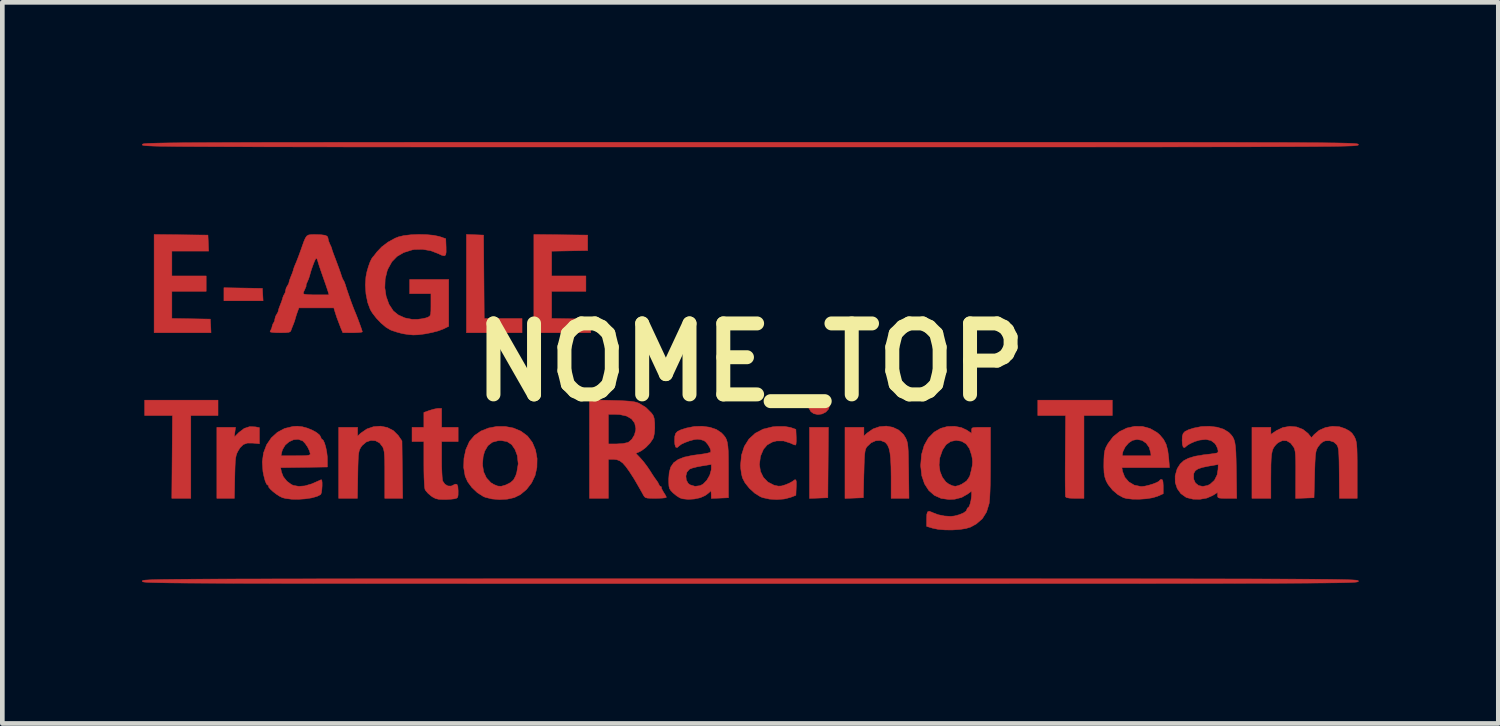
<source format=kicad_pcb>
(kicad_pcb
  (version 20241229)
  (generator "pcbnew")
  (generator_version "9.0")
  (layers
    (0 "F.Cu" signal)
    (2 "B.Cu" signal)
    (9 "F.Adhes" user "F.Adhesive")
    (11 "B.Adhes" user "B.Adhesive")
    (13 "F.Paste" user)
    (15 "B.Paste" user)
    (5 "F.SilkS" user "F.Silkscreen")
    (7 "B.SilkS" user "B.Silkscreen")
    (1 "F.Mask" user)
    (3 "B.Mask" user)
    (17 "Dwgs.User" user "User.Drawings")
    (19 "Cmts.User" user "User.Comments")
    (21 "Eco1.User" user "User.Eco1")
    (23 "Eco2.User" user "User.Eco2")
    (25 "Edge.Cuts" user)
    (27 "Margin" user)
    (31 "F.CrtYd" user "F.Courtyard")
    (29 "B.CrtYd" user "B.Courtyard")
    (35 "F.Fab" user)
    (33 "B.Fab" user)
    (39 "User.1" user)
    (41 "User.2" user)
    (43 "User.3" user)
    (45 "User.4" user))
  (footprint "NOME_TOP"
    (layer "F.Cu")
    (at 13.061 4.729)
    (property "Reference" "NOME_TOP" (at 0 0 0) (layer "F.SilkS") (effects (font (size 1.524 1.524) (thickness 0.3))))
    (attr through_hole)
    (fp_poly (pts (xy -10.89 -1.594) (xy -10.477 -1.587) (xy -10.462 -1.321) (xy -11.303 -1.321) (xy -11.303 -1.601) (xy -10.89 -1.594)) (stroke (width 0.01) (type solid)) (fill yes) (layer "F.Cu"))
    (fp_poly (pts (xy 1.67 2.153) (xy 1.664 2.908) (xy 1.27 2.923) (xy 1.27 1.397) (xy 1.677 1.397) (xy 1.67 2.153)) (stroke (width 0.01) (type solid)) (fill yes) (layer "F.Cu"))
    (fp_poly (pts (xy -5.728 -2.731) (xy -5.721 -1.835) (xy -5.714 -0.94) (xy -4.902 -0.94) (xy -4.902 -0.635) (xy -6.096 -0.635) (xy -6.096 -2.745) (xy -5.728 -2.731)) (stroke (width 0.01) (type solid)) (fill yes) (layer "F.Cu"))
    (fp_poly (pts (xy -11.43 1.143) (xy -12.014 1.143) (xy -12.014 2.921) (xy -12.422 2.921) (xy -12.415 2.032) (xy -12.408 1.143) (xy -12.706 1.143) (xy -13.005 1.143) (xy -13.005 0.813) (xy -11.43 0.813) (xy -11.43 1.143)) (stroke (width 0.01) (type solid)) (fill yes) (layer "F.Cu"))
    (fp_poly (pts (xy -3.493 -2.731) (xy -3.493 -2.4) (xy -3.88 -2.393) (xy -4.267 -2.386) (xy -4.267 -1.854) (xy -3.531 -1.854) (xy -3.531 -1.524) (xy -4.267 -1.524) (xy -4.267 -0.941) (xy -3.854 -0.934) (xy -3.442 -0.927) (xy -3.434 -0.781) (xy -3.426 -0.635) (xy -4.648 -0.635) (xy -4.648 -2.744) (xy -3.493 -2.731)) (stroke (width 0.01) (type solid)) (fill yes) (layer "F.Cu"))
    (fp_poly (pts (xy -11.646 -2.731) (xy -11.638 -2.559) (xy -11.631 -2.388) (xy -12.026 -2.388) (xy -12.421 -2.388) (xy -12.421 -1.854) (xy -11.684 -1.854) (xy -11.684 -1.524) (xy -12.421 -1.524) (xy -12.421 -0.941) (xy -12.008 -0.934) (xy -11.595 -0.927) (xy -11.587 -0.781) (xy -11.58 -0.635) (xy -12.802 -0.635) (xy -12.802 -2.744) (xy -11.646 -2.731)) (stroke (width 0.01) (type solid)) (fill yes) (layer "F.Cu"))
    (fp_poly (pts (xy 1.556 0.732) (xy 1.632 0.784) (xy 1.685 0.854) (xy 1.702 0.918) (xy 1.68 1.002) (xy 1.622 1.067) (xy 1.541 1.109) (xy 1.45 1.122) (xy 1.362 1.103) (xy 1.3 1.059) (xy 1.251 0.975) (xy 1.249 0.887) (xy 1.295 0.803) (xy 1.323 0.777) (xy 1.395 0.732) (xy 1.466 0.711) (xy 1.473 0.711) (xy 1.556 0.732)) (stroke (width 0.01) (type solid)) (fill yes) (layer "F.Cu"))
    (fp_poly (pts (xy 7.772 1.143) (xy 7.163 1.143) (xy 7.163 2.921) (xy 6.972 2.921) (xy 6.859 2.917) (xy 6.792 2.906) (xy 6.768 2.888) (xy 6.765 2.856) (xy 6.763 2.779) (xy 6.761 2.663) (xy 6.76 2.515) (xy 6.76 2.341) (xy 6.761 2.147) (xy 6.762 1.999) (xy 6.769 1.143) (xy 6.172 1.143) (xy 6.172 0.813) (xy 7.772 0.813) (xy 7.772 1.143)) (stroke (width 0.01) (type solid)) (fill yes) (layer "F.Cu"))
    (fp_poly (pts (xy -10.625 1.387) (xy -10.541 1.403) (xy -10.541 1.749) (xy -10.68 1.735) (xy -10.798 1.734) (xy -10.886 1.765) (xy -10.957 1.835) (xy -11.004 1.912) (xy -11.025 1.955) (xy -11.04 2) (xy -11.051 2.056) (xy -11.059 2.132) (xy -11.064 2.237) (xy -11.068 2.379) (xy -11.07 2.47) (xy -11.079 2.921) (xy -11.455 2.921) (xy -11.455 1.397) (xy -11.054 1.397) (xy -11.068 1.502) (xy -11.082 1.608) (xy -10.981 1.506) (xy -10.868 1.42) (xy -10.749 1.381) (xy -10.625 1.387)) (stroke (width 0.01) (type solid)) (fill yes) (layer "F.Cu"))
    (fp_poly (pts (xy -7.795 1.4) (xy -7.666 1.466) (xy -7.562 1.569) (xy -7.553 1.582) (xy -7.48 1.689) (xy -7.465 2.921) (xy -7.849 2.921) (xy -7.849 2.414) (xy -7.849 2.235) (xy -7.851 2.099) (xy -7.856 1.998) (xy -7.862 1.925) (xy -7.873 1.873) (xy -7.887 1.832) (xy -7.893 1.819) (xy -7.961 1.731) (xy -8.049 1.684) (xy -8.147 1.677) (xy -8.245 1.71) (xy -8.332 1.783) (xy -8.364 1.827) (xy -8.383 1.861) (xy -8.398 1.899) (xy -8.408 1.947) (xy -8.416 2.013) (xy -8.421 2.106) (xy -8.425 2.233) (xy -8.428 2.402) (xy -8.428 2.419) (xy -8.437 2.921) (xy -8.839 2.921) (xy -8.839 1.397) (xy -8.433 1.397) (xy -8.433 1.584) (xy -8.363 1.52) (xy -8.233 1.431) (xy -8.089 1.382) (xy -7.939 1.371) (xy -7.795 1.4)) (stroke (width 0.01) (type solid)) (fill yes) (layer "F.Cu"))
    (fp_poly (pts (xy 3.059 1.395) (xy 3.185 1.455) (xy 3.287 1.549) (xy 3.333 1.623) (xy 3.352 1.663) (xy 3.366 1.705) (xy 3.377 1.754) (xy 3.384 1.819) (xy 3.39 1.907) (xy 3.394 2.025) (xy 3.396 2.181) (xy 3.399 2.33) (xy 3.406 2.921) (xy 3.023 2.921) (xy 3.023 2.456) (xy 3.02 2.242) (xy 3.012 2.073) (xy 2.998 1.943) (xy 2.976 1.846) (xy 2.945 1.776) (xy 2.904 1.727) (xy 2.887 1.714) (xy 2.795 1.678) (xy 2.692 1.684) (xy 2.592 1.729) (xy 2.507 1.809) (xy 2.504 1.812) (xy 2.486 1.84) (xy 2.472 1.873) (xy 2.462 1.92) (xy 2.454 1.987) (xy 2.448 2.082) (xy 2.443 2.213) (xy 2.439 2.386) (xy 2.438 2.396) (xy 2.426 2.908) (xy 2.032 2.923) (xy 2.032 1.397) (xy 2.438 1.397) (xy 2.438 1.584) (xy 2.508 1.519) (xy 2.634 1.431) (xy 2.774 1.382) (xy 2.919 1.37) (xy 3.059 1.395)) (stroke (width 0.01) (type solid)) (fill yes) (layer "F.Cu"))
    (fp_poly (pts (xy -6.629 0.991) (xy -6.629 1.397) (xy -6.274 1.397) (xy -6.274 1.702) (xy -6.629 1.702) (xy -6.629 2.094) (xy -6.628 2.235) (xy -6.623 2.363) (xy -6.617 2.466) (xy -6.609 2.534) (xy -6.605 2.551) (xy -6.559 2.617) (xy -6.494 2.655) (xy -6.425 2.658) (xy -6.399 2.647) (xy -6.337 2.616) (xy -6.299 2.622) (xy -6.28 2.668) (xy -6.274 2.76) (xy -6.274 2.765) (xy -6.275 2.849) (xy -6.283 2.895) (xy -6.305 2.917) (xy -6.346 2.929) (xy -6.353 2.931) (xy -6.422 2.939) (xy -6.518 2.945) (xy -6.591 2.946) (xy -6.688 2.942) (xy -6.758 2.926) (xy -6.824 2.891) (xy -6.855 2.869) (xy -6.922 2.812) (xy -6.972 2.753) (xy -6.986 2.728) (xy -6.994 2.683) (xy -7 2.596) (xy -7.006 2.477) (xy -7.009 2.335) (xy -7.01 2.183) (xy -7.01 1.702) (xy -7.264 1.702) (xy -7.264 1.397) (xy -7.01 1.397) (xy -7.01 1.077) (xy -6.89 1.034) (xy -6.804 1.008) (xy -6.725 0.992) (xy -6.699 0.99) (xy -6.629 0.991)) (stroke (width 0.01) (type solid)) (fill yes) (layer "F.Cu"))
    (fp_poly (pts (xy 0.738 1.378) (xy 0.862 1.399) (xy 0.876 1.404) (xy 0.978 1.44) (xy 0.985 1.609) (xy 0.986 1.694) (xy 0.981 1.755) (xy 0.97 1.778) (xy 0.97 1.778) (xy 0.934 1.768) (xy 0.875 1.742) (xy 0.866 1.737) (xy 0.715 1.688) (xy 0.563 1.688) (xy 0.47 1.713) (xy 0.362 1.774) (xy 0.282 1.867) (xy 0.225 2) (xy 0.215 2.036) (xy 0.195 2.195) (xy 0.217 2.342) (xy 0.279 2.47) (xy 0.376 2.571) (xy 0.504 2.637) (xy 0.522 2.642) (xy 0.601 2.659) (xy 0.666 2.656) (xy 0.746 2.632) (xy 0.756 2.629) (xy 0.835 2.596) (xy 0.898 2.562) (xy 0.916 2.549) (xy 0.954 2.522) (xy 0.977 2.525) (xy 0.987 2.564) (xy 0.987 2.646) (xy 0.985 2.685) (xy 0.978 2.856) (xy 0.864 2.9) (xy 0.726 2.935) (xy 0.568 2.947) (xy 0.408 2.937) (xy 0.266 2.906) (xy 0.216 2.886) (xy 0.094 2.81) (xy -0.02 2.706) (xy -0.114 2.588) (xy -0.169 2.483) (xy -0.19 2.397) (xy -0.205 2.289) (xy -0.21 2.21) (xy -0.19 1.994) (xy -0.129 1.805) (xy -0.03 1.648) (xy 0.106 1.523) (xy 0.275 1.435) (xy 0.475 1.386) (xy 0.569 1.378) (xy 0.738 1.378)) (stroke (width 0.01) (type solid)) (fill yes) (layer "F.Cu"))
    (fp_poly (pts (xy -5.088 1.411) (xy -4.926 1.479) (xy -4.786 1.583) (xy -4.784 1.585) (xy -4.681 1.72) (xy -4.612 1.884) (xy -4.579 2.067) (xy -4.583 2.257) (xy -4.622 2.431) (xy -4.697 2.589) (xy -4.805 2.729) (xy -4.936 2.839) (xy -5.068 2.905) (xy -5.217 2.938) (xy -5.384 2.948) (xy -5.549 2.934) (xy -5.693 2.898) (xy -5.733 2.881) (xy -5.862 2.799) (xy -5.978 2.689) (xy -6.07 2.565) (xy -6.123 2.446) (xy -6.155 2.258) (xy -6.153 2.196) (xy -5.751 2.196) (xy -5.727 2.352) (xy -5.666 2.483) (xy -5.571 2.585) (xy -5.507 2.624) (xy -5.422 2.658) (xy -5.348 2.662) (xy -5.261 2.637) (xy -5.239 2.628) (xy -5.145 2.58) (xy -5.083 2.522) (xy -5.039 2.439) (xy -5.015 2.365) (xy -4.984 2.18) (xy -5.004 2.001) (xy -5.052 1.873) (xy -5.125 1.766) (xy -5.224 1.702) (xy -5.351 1.68) (xy -5.415 1.683) (xy -5.54 1.716) (xy -5.636 1.791) (xy -5.704 1.908) (xy -5.737 2.025) (xy -5.751 2.196) (xy -6.153 2.196) (xy -6.149 2.062) (xy -6.108 1.872) (xy -6.034 1.706) (xy -6.029 1.697) (xy -5.922 1.571) (xy -5.783 1.475) (xy -5.621 1.411) (xy -5.445 1.378) (xy -5.264 1.378) (xy -5.088 1.411)) (stroke (width 0.01) (type solid)) (fill yes) (layer "F.Cu"))
    (fp_poly (pts (xy 8.419 1.377) (xy 8.581 1.421) (xy 8.73 1.506) (xy 8.793 1.561) (xy 8.872 1.655) (xy 8.927 1.76) (xy 8.962 1.889) (xy 8.983 2.054) (xy 8.984 2.064) (xy 8.999 2.261) (xy 7.977 2.261) (xy 7.992 2.343) (xy 8.04 2.468) (xy 8.126 2.568) (xy 8.242 2.637) (xy 8.38 2.666) (xy 8.404 2.667) (xy 8.473 2.659) (xy 8.558 2.639) (xy 8.646 2.612) (xy 8.723 2.582) (xy 8.774 2.554) (xy 8.788 2.536) (xy 8.809 2.517) (xy 8.826 2.515) (xy 8.849 2.526) (xy 8.86 2.567) (xy 8.865 2.648) (xy 8.865 2.668) (xy 8.865 2.822) (xy 8.744 2.876) (xy 8.639 2.908) (xy 8.503 2.93) (xy 8.354 2.94) (xy 8.207 2.939) (xy 8.08 2.925) (xy 8.012 2.907) (xy 7.893 2.842) (xy 7.778 2.744) (xy 7.684 2.627) (xy 7.641 2.55) (xy 7.612 2.466) (xy 7.595 2.372) (xy 7.59 2.251) (xy 7.59 2.212) (xy 7.592 2.074) (xy 7.596 2.007) (xy 7.983 2.007) (xy 8.604 2.007) (xy 8.597 1.946) (xy 8.564 1.828) (xy 8.498 1.736) (xy 8.409 1.676) (xy 8.305 1.656) (xy 8.205 1.676) (xy 8.122 1.732) (xy 8.049 1.817) (xy 8.002 1.912) (xy 7.996 1.937) (xy 7.983 2.007) (xy 7.596 2.007) (xy 7.598 1.974) (xy 7.61 1.898) (xy 7.632 1.834) (xy 7.666 1.768) (xy 7.68 1.744) (xy 7.791 1.597) (xy 7.929 1.486) (xy 8.085 1.411) (xy 8.251 1.375) (xy 8.419 1.377)) (stroke (width 0.01) (type solid)) (fill yes) (layer "F.Cu"))
    (fp_poly (pts (xy -6.954 -2.741) (xy -6.802 -2.727) (xy -6.681 -2.702) (xy -6.668 -2.698) (xy -6.54 -2.654) (xy -6.533 -2.47) (xy -6.532 -2.365) (xy -6.542 -2.306) (xy -6.572 -2.286) (xy -6.627 -2.299) (xy -6.701 -2.334) (xy -6.863 -2.396) (xy -7.04 -2.426) (xy -7.21 -2.422) (xy -7.26 -2.414) (xy -7.442 -2.357) (xy -7.585 -2.274) (xy -7.696 -2.16) (xy -7.78 -2.008) (xy -7.798 -1.964) (xy -7.841 -1.787) (xy -7.848 -1.6) (xy -7.82 -1.415) (xy -7.759 -1.245) (xy -7.667 -1.105) (xy -7.667 -1.104) (xy -7.558 -1.016) (xy -7.418 -0.953) (xy -7.261 -0.922) (xy -7.15 -0.922) (xy -7.054 -0.934) (xy -6.969 -0.952) (xy -6.928 -0.966) (xy -6.895 -0.983) (xy -6.875 -1.005) (xy -6.864 -1.043) (xy -6.859 -1.107) (xy -6.858 -1.208) (xy -6.858 -1.236) (xy -6.858 -1.473) (xy -7.315 -1.473) (xy -7.315 -1.778) (xy -6.477 -1.778) (xy -6.477 -0.772) (xy -6.596 -0.714) (xy -6.7 -0.675) (xy -6.837 -0.639) (xy -6.986 -0.61) (xy -7.131 -0.591) (xy -7.239 -0.587) (xy -7.333 -0.595) (xy -7.442 -0.611) (xy -7.493 -0.622) (xy -7.593 -0.649) (xy -7.691 -0.681) (xy -7.731 -0.697) (xy -7.825 -0.754) (xy -7.929 -0.842) (xy -8.03 -0.948) (xy -8.116 -1.059) (xy -8.16 -1.132) (xy -8.217 -1.286) (xy -8.253 -1.468) (xy -8.266 -1.661) (xy -8.254 -1.836) (xy -8.233 -1.943) (xy -8.201 -2.054) (xy -8.165 -2.155) (xy -8.128 -2.23) (xy -8.105 -2.261) (xy -8.081 -2.287) (xy -8.041 -2.339) (xy -8.021 -2.366) (xy -7.915 -2.478) (xy -7.778 -2.582) (xy -7.626 -2.665) (xy -7.555 -2.693) (xy -7.438 -2.721) (xy -7.288 -2.738) (xy -7.122 -2.745) (xy -6.954 -2.741)) (stroke (width 0.01) (type solid)) (fill yes) (layer "F.Cu"))
    (fp_poly (pts (xy 12.649 1.384) (xy 12.764 1.422) (xy 12.857 1.471) (xy 12.917 1.521) (xy 12.962 1.585) (xy 12.986 1.633) (xy 13 1.67) (xy 13.011 1.716) (xy 13.019 1.777) (xy 13.025 1.861) (xy 13.028 1.974) (xy 13.03 2.124) (xy 13.03 2.317) (xy 13.03 2.325) (xy 13.03 2.921) (xy 12.649 2.921) (xy 12.645 2.47) (xy 12.643 2.275) (xy 12.641 2.123) (xy 12.637 2.009) (xy 12.633 1.926) (xy 12.626 1.866) (xy 12.617 1.825) (xy 12.605 1.794) (xy 12.589 1.767) (xy 12.588 1.766) (xy 12.526 1.711) (xy 12.438 1.683) (xy 12.345 1.686) (xy 12.296 1.705) (xy 12.241 1.751) (xy 12.188 1.817) (xy 12.181 1.829) (xy 12.162 1.865) (xy 12.148 1.907) (xy 12.138 1.963) (xy 12.13 2.041) (xy 12.124 2.149) (xy 12.119 2.294) (xy 12.116 2.413) (xy 12.103 2.908) (xy 11.708 2.923) (xy 11.71 2.416) (xy 11.711 2.234) (xy 11.709 2.095) (xy 11.705 1.993) (xy 11.698 1.92) (xy 11.687 1.869) (xy 11.673 1.832) (xy 11.673 1.832) (xy 11.602 1.736) (xy 11.517 1.685) (xy 11.425 1.681) (xy 11.333 1.725) (xy 11.291 1.763) (xy 11.254 1.806) (xy 11.226 1.851) (xy 11.206 1.906) (xy 11.192 1.979) (xy 11.183 2.077) (xy 11.178 2.206) (xy 11.177 2.375) (xy 11.176 2.483) (xy 11.176 2.921) (xy 10.77 2.921) (xy 10.77 1.397) (xy 11.176 1.397) (xy 11.176 1.548) (xy 11.295 1.467) (xy 11.433 1.401) (xy 11.582 1.375) (xy 11.729 1.388) (xy 11.864 1.44) (xy 11.975 1.528) (xy 11.991 1.548) (xy 12.048 1.619) (xy 12.105 1.552) (xy 12.212 1.461) (xy 12.348 1.401) (xy 12.498 1.374) (xy 12.649 1.384)) (stroke (width 0.01) (type solid)) (fill yes) (layer "F.Cu"))
    (fp_poly (pts (xy -9.624 1.383) (xy -9.513 1.413) (xy -9.405 1.457) (xy -9.313 1.509) (xy -9.248 1.563) (xy -9.22 1.614) (xy -9.22 1.619) (xy -9.207 1.649) (xy -9.198 1.651) (xy -9.171 1.674) (xy -9.142 1.736) (xy -9.116 1.824) (xy -9.095 1.927) (xy -9.083 2.031) (xy -9.082 2.07) (xy -9.081 2.248) (xy -10.086 2.262) (xy -10.068 2.355) (xy -10.027 2.459) (xy -9.95 2.554) (xy -9.854 2.625) (xy -9.811 2.644) (xy -9.696 2.664) (xy -9.567 2.654) (xy -9.416 2.61) (xy -9.237 2.531) (xy -9.214 2.52) (xy -9.201 2.534) (xy -9.195 2.584) (xy -9.195 2.654) (xy -9.2 2.729) (xy -9.209 2.795) (xy -9.223 2.835) (xy -9.227 2.839) (xy -9.304 2.879) (xy -9.418 2.911) (xy -9.556 2.932) (xy -9.704 2.942) (xy -9.848 2.94) (xy -9.976 2.924) (xy -10.047 2.906) (xy -10.11 2.875) (xy -10.182 2.828) (xy -10.251 2.774) (xy -10.308 2.721) (xy -10.343 2.679) (xy -10.345 2.657) (xy -10.348 2.642) (xy -10.356 2.642) (xy -10.387 2.617) (xy -10.418 2.545) (xy -10.448 2.43) (xy -10.465 2.344) (xy -10.479 2.137) (xy -10.461 2.007) (xy -10.078 2.007) (xy -9.764 2.007) (xy -9.63 2.006) (xy -9.54 2.003) (xy -9.485 1.996) (xy -9.457 1.985) (xy -9.449 1.969) (xy -9.449 1.967) (xy -9.465 1.903) (xy -9.505 1.821) (xy -9.557 1.744) (xy -9.61 1.689) (xy -9.615 1.686) (xy -9.707 1.654) (xy -9.807 1.662) (xy -9.904 1.706) (xy -9.987 1.778) (xy -10.045 1.874) (xy -10.059 1.92) (xy -10.078 2.007) (xy -10.461 2.007) (xy -10.452 1.944) (xy -10.386 1.77) (xy -10.285 1.622) (xy -10.155 1.503) (xy -9.998 1.42) (xy -9.818 1.377) (xy -9.728 1.372) (xy -9.624 1.383)) (stroke (width 0.01) (type solid)) (fill yes) (layer "F.Cu"))
    (fp_poly (pts (xy -2.978 0.818) (xy -2.803 0.823) (xy -2.67 0.83) (xy -2.571 0.837) (xy -2.497 0.848) (xy -2.44 0.861) (xy -2.392 0.88) (xy -2.387 0.882) (xy -2.244 0.969) (xy -2.122 1.091) (xy -2.089 1.136) (xy -2.066 1.201) (xy -2.054 1.298) (xy -2.052 1.411) (xy -2.06 1.521) (xy -2.078 1.611) (xy -2.091 1.642) (xy -2.156 1.737) (xy -2.245 1.829) (xy -2.34 1.9) (xy -2.379 1.92) (xy -2.459 1.954) (xy -2.353 2.065) (xy -2.284 2.146) (xy -2.208 2.248) (xy -2.148 2.338) (xy -2.095 2.422) (xy -2.048 2.491) (xy -2.018 2.532) (xy -2.016 2.534) (xy -1.982 2.585) (xy -1.968 2.616) (xy -1.944 2.657) (xy -1.924 2.667) (xy -1.908 2.677) (xy -1.911 2.682) (xy -1.907 2.71) (xy -1.88 2.762) (xy -1.865 2.787) (xy -1.827 2.847) (xy -1.805 2.891) (xy -1.803 2.899) (xy -1.827 2.909) (xy -1.89 2.916) (xy -1.981 2.92) (xy -2.031 2.921) (xy -2.14 2.92) (xy -2.209 2.916) (xy -2.251 2.905) (xy -2.275 2.885) (xy -2.291 2.861) (xy -2.334 2.783) (xy -2.386 2.692) (xy -2.437 2.603) (xy -2.479 2.531) (xy -2.502 2.492) (xy -2.597 2.345) (xy -2.674 2.238) (xy -2.74 2.163) (xy -2.802 2.117) (xy -2.865 2.092) (xy -2.936 2.083) (xy -2.958 2.083) (xy -3.048 2.083) (xy -3.048 2.921) (xy -3.454 2.921) (xy -3.454 1.118) (xy -3.048 1.118) (xy -3.048 1.753) (xy -2.869 1.753) (xy -2.738 1.745) (xy -2.638 1.724) (xy -2.613 1.713) (xy -2.544 1.653) (xy -2.489 1.561) (xy -2.461 1.458) (xy -2.459 1.418) (xy -2.484 1.304) (xy -2.551 1.216) (xy -2.658 1.154) (xy -2.803 1.122) (xy -2.896 1.118) (xy -3.048 1.118) (xy -3.454 1.118) (xy -3.454 0.806) (xy -2.978 0.818)) (stroke (width 0.01) (type solid)) (fill yes) (layer "F.Cu"))
    (fp_poly (pts (xy 10.02 1.393) (xy 10.16 1.436) (xy 10.268 1.502) (xy 10.278 1.511) (xy 10.323 1.557) (xy 10.358 1.603) (xy 10.384 1.656) (xy 10.403 1.723) (xy 10.416 1.812) (xy 10.425 1.928) (xy 10.43 2.08) (xy 10.434 2.273) (xy 10.435 2.33) (xy 10.443 2.921) (xy 10.238 2.921) (xy 10.137 2.92) (xy 10.076 2.916) (xy 10.045 2.905) (xy 10.034 2.885) (xy 10.033 2.857) (xy 10.033 2.793) (xy 9.925 2.861) (xy 9.802 2.915) (xy 9.656 2.941) (xy 9.507 2.939) (xy 9.375 2.907) (xy 9.357 2.9) (xy 9.245 2.821) (xy 9.166 2.711) (xy 9.123 2.581) (xy 9.122 2.507) (xy 9.518 2.507) (xy 9.556 2.591) (xy 9.624 2.646) (xy 9.714 2.665) (xy 9.818 2.645) (xy 9.873 2.617) (xy 9.965 2.533) (xy 10.023 2.416) (xy 10.042 2.3) (xy 10.046 2.194) (xy 9.842 2.229) (xy 9.706 2.257) (xy 9.613 2.288) (xy 9.555 2.327) (xy 9.525 2.377) (xy 9.519 2.399) (xy 9.518 2.507) (xy 9.122 2.507) (xy 9.121 2.439) (xy 9.161 2.297) (xy 9.171 2.275) (xy 9.229 2.184) (xy 9.306 2.112) (xy 9.409 2.059) (xy 9.545 2.018) (xy 9.721 1.988) (xy 9.786 1.98) (xy 9.889 1.968) (xy 9.973 1.956) (xy 10.024 1.946) (xy 10.033 1.943) (xy 10.045 1.909) (xy 10.032 1.849) (xy 10 1.78) (xy 9.973 1.741) (xy 9.892 1.68) (xy 9.782 1.656) (xy 9.648 1.67) (xy 9.546 1.7) (xy 9.464 1.736) (xy 9.399 1.771) (xy 9.372 1.792) (xy 9.326 1.831) (xy 9.294 1.821) (xy 9.276 1.762) (xy 9.271 1.677) (xy 9.275 1.589) (xy 9.293 1.528) (xy 9.334 1.484) (xy 9.406 1.449) (xy 9.519 1.413) (xy 9.523 1.412) (xy 9.689 1.379) (xy 9.858 1.374) (xy 10.02 1.393)) (stroke (width 0.01) (type solid)) (fill yes) (layer "F.Cu"))
    (fp_poly (pts (xy -0.87 1.395) (xy -0.73 1.442) (xy -0.623 1.513) (xy -0.619 1.517) (xy -0.573 1.565) (xy -0.538 1.61) (xy -0.512 1.66) (xy -0.494 1.723) (xy -0.482 1.805) (xy -0.474 1.913) (xy -0.471 2.055) (xy -0.47 2.238) (xy -0.47 2.324) (xy -0.47 2.908) (xy -0.654 2.916) (xy -0.838 2.923) (xy -0.84 2.827) (xy -0.844 2.774) (xy -0.852 2.758) (xy -0.855 2.764) (xy -0.884 2.796) (xy -0.94 2.84) (xy -0.974 2.863) (xy -1.076 2.908) (xy -1.203 2.935) (xy -1.335 2.943) (xy -1.453 2.931) (xy -1.511 2.912) (xy -1.578 2.871) (xy -1.651 2.812) (xy -1.67 2.794) (xy -1.711 2.75) (xy -1.736 2.71) (xy -1.748 2.658) (xy -1.752 2.58) (xy -1.753 2.511) (xy -1.748 2.441) (xy -1.384 2.441) (xy -1.375 2.528) (xy -1.335 2.6) (xy -1.299 2.629) (xy -1.188 2.663) (xy -1.078 2.649) (xy -1.013 2.614) (xy -0.934 2.533) (xy -0.872 2.425) (xy -0.84 2.312) (xy -0.838 2.279) (xy -0.838 2.193) (xy -1.044 2.226) (xy -1.149 2.246) (xy -1.24 2.269) (xy -1.3 2.292) (xy -1.308 2.296) (xy -1.362 2.358) (xy -1.384 2.441) (xy -1.748 2.441) (xy -1.742 2.365) (xy -1.709 2.248) (xy -1.647 2.157) (xy -1.552 2.088) (xy -1.419 2.036) (xy -1.244 1.999) (xy -1.103 1.98) (xy -1 1.966) (xy -0.916 1.95) (xy -0.864 1.936) (xy -0.854 1.931) (xy -0.849 1.894) (xy -0.87 1.835) (xy -0.908 1.77) (xy -0.955 1.713) (xy -0.993 1.683) (xy -1.064 1.66) (xy -1.136 1.651) (xy -1.211 1.661) (xy -1.305 1.686) (xy -1.4 1.721) (xy -1.48 1.758) (xy -1.525 1.792) (xy -1.571 1.831) (xy -1.603 1.821) (xy -1.621 1.762) (xy -1.626 1.677) (xy -1.622 1.589) (xy -1.604 1.528) (xy -1.563 1.484) (xy -1.49 1.449) (xy -1.377 1.413) (xy -1.373 1.412) (xy -1.203 1.378) (xy -1.031 1.373) (xy -0.87 1.395)) (stroke (width 0.01) (type solid)) (fill yes) (layer "F.Cu"))
    (fp_poly (pts (xy 4.532 1.402) (xy 4.645 1.455) (xy 4.75 1.525) (xy 4.75 1.461) (xy 4.752 1.429) (xy 4.765 1.41) (xy 4.8 1.401) (xy 4.867 1.397) (xy 4.953 1.397) (xy 5.156 1.397) (xy 5.156 2.142) (xy 5.155 2.39) (xy 5.152 2.605) (xy 5.146 2.785) (xy 5.139 2.923) (xy 5.13 3.017) (xy 5.126 3.037) (xy 5.071 3.215) (xy 4.981 3.358) (xy 4.851 3.471) (xy 4.727 3.539) (xy 4.627 3.569) (xy 4.492 3.59) (xy 4.338 3.6) (xy 4.181 3.599) (xy 4.036 3.587) (xy 3.918 3.563) (xy 3.785 3.523) (xy 3.785 3.362) (xy 3.789 3.264) (xy 3.805 3.212) (xy 3.84 3.198) (xy 3.897 3.219) (xy 3.918 3.229) (xy 4.031 3.272) (xy 4.167 3.3) (xy 4.301 3.308) (xy 4.375 3.301) (xy 4.487 3.272) (xy 4.577 3.234) (xy 4.633 3.193) (xy 4.648 3.162) (xy 4.661 3.128) (xy 4.672 3.124) (xy 4.695 3.101) (xy 4.718 3.043) (xy 4.737 2.965) (xy 4.748 2.882) (xy 4.75 2.85) (xy 4.75 2.766) (xy 4.667 2.827) (xy 4.538 2.901) (xy 4.391 2.939) (xy 4.27 2.946) (xy 4.098 2.923) (xy 3.951 2.857) (xy 3.831 2.751) (xy 3.74 2.61) (xy 3.681 2.436) (xy 3.658 2.232) (xy 3.658 2.205) (xy 4.053 2.205) (xy 4.073 2.345) (xy 4.123 2.47) (xy 4.198 2.569) (xy 4.259 2.614) (xy 4.339 2.651) (xy 4.401 2.662) (xy 4.468 2.647) (xy 4.538 2.618) (xy 4.644 2.547) (xy 4.708 2.452) (xy 4.716 2.426) (xy 4.748 2.303) (xy 4.766 2.213) (xy 4.771 2.139) (xy 4.765 2.066) (xy 4.752 1.998) (xy 4.705 1.854) (xy 4.632 1.752) (xy 4.533 1.694) (xy 4.418 1.676) (xy 4.3 1.7) (xy 4.202 1.769) (xy 4.126 1.884) (xy 4.07 2.043) (xy 4.066 2.063) (xy 4.053 2.205) (xy 3.658 2.205) (xy 3.658 2.204) (xy 3.676 1.98) (xy 3.732 1.786) (xy 3.822 1.625) (xy 3.947 1.499) (xy 4.085 1.419) (xy 4.229 1.379) (xy 4.384 1.374) (xy 4.532 1.402)) (stroke (width 0.01) (type solid)) (fill yes) (layer "F.Cu"))
    (fp_poly (pts (xy -9.221 -2.739) (xy -9.135 -2.728) (xy -9.087 -2.707) (xy -9.069 -2.674) (xy -9.068 -2.663) (xy -9.056 -2.606) (xy -9.029 -2.539) (xy -9.002 -2.482) (xy -8.988 -2.446) (xy -8.988 -2.445) (xy -8.985 -2.43) (xy -8.979 -2.409) (xy -8.966 -2.372) (xy -8.944 -2.311) (xy -8.908 -2.217) (xy -8.877 -2.134) (xy -8.837 -2.027) (xy -8.804 -1.934) (xy -8.782 -1.867) (xy -8.775 -1.845) (xy -8.754 -1.789) (xy -8.741 -1.769) (xy -8.718 -1.726) (xy -8.694 -1.66) (xy -8.692 -1.651) (xy -8.665 -1.567) (xy -8.627 -1.456) (xy -8.585 -1.335) (xy -8.543 -1.221) (xy -8.508 -1.131) (xy -8.497 -1.105) (xy -8.469 -1.037) (xy -8.434 -0.949) (xy -8.399 -0.854) (xy -8.366 -0.764) (xy -8.342 -0.694) (xy -8.331 -0.656) (xy -8.331 -0.654) (xy -8.355 -0.645) (xy -8.417 -0.639) (xy -8.506 -0.635) (xy -8.541 -0.635) (xy -8.75 -0.636) (xy -8.791 -0.731) (xy -8.879 -0.962) (xy -8.919 -1.086) (xy -8.943 -1.168) (xy -9.693 -1.168) (xy -9.728 -1.073) (xy -9.752 -1.002) (xy -9.768 -0.948) (xy -9.77 -0.941) (xy -9.783 -0.894) (xy -9.808 -0.826) (xy -9.813 -0.814) (xy -9.842 -0.742) (xy -9.863 -0.685) (xy -9.865 -0.679) (xy -9.879 -0.657) (xy -9.911 -0.644) (xy -9.971 -0.637) (xy -10.07 -0.635) (xy -10.096 -0.635) (xy -10.193 -0.637) (xy -10.268 -0.643) (xy -10.309 -0.652) (xy -10.312 -0.656) (xy -10.297 -0.693) (xy -10.295 -0.695) (xy -10.277 -0.732) (xy -10.269 -0.768) (xy -10.251 -0.825) (xy -10.235 -0.849) (xy -10.214 -0.893) (xy -10.21 -0.926) (xy -10.194 -0.988) (xy -10.172 -1.027) (xy -10.143 -1.077) (xy -10.135 -1.107) (xy -10.125 -1.148) (xy -10.101 -1.213) (xy -10.092 -1.235) (xy -10.063 -1.31) (xy -10.043 -1.373) (xy -10.041 -1.384) (xy -10.021 -1.438) (xy -10.007 -1.459) (xy -9.999 -1.474) (xy -9.601 -1.474) (xy -9.576 -1.462) (xy -9.505 -1.453) (xy -9.389 -1.448) (xy -9.324 -1.448) (xy -9.046 -1.448) (xy -9.067 -1.518) (xy -9.084 -1.57) (xy -9.113 -1.657) (xy -9.151 -1.765) (xy -9.182 -1.854) (xy -9.222 -1.968) (xy -9.256 -2.069) (xy -9.28 -2.145) (xy -9.289 -2.178) (xy -9.306 -2.223) (xy -9.321 -2.235) (xy -9.338 -2.213) (xy -9.364 -2.156) (xy -9.395 -2.076) (xy -9.426 -1.987) (xy -9.451 -1.903) (xy -9.463 -1.857) (xy -9.485 -1.79) (xy -9.514 -1.724) (xy -9.536 -1.674) (xy -9.539 -1.651) (xy -9.538 -1.651) (xy -9.538 -1.632) (xy -9.559 -1.584) (xy -9.562 -1.576) (xy -9.589 -1.517) (xy -9.601 -1.476) (xy -9.601 -1.474) (xy -9.999 -1.474) (xy -9.986 -1.503) (xy -9.981 -1.535) (xy -9.966 -1.597) (xy -9.943 -1.637) (xy -9.914 -1.687) (xy -9.906 -1.716) (xy -9.896 -1.757) (xy -9.873 -1.822) (xy -9.863 -1.845) (xy -9.835 -1.915) (xy -9.816 -1.97) (xy -9.814 -1.98) (xy -9.798 -2.033) (xy -9.784 -2.069) (xy -9.744 -2.163) (xy -9.694 -2.293) (xy -9.638 -2.447) (xy -9.628 -2.477) (xy -9.587 -2.592) (xy -9.554 -2.668) (xy -9.522 -2.713) (xy -9.482 -2.735) (xy -9.424 -2.742) (xy -9.349 -2.743) (xy -9.221 -2.739)) (stroke (width 0.01) (type solid)) (fill yes) (layer "F.Cu"))
    (fp_poly (pts (xy 1.895 -4.724) (xy 2.769 -4.724) (xy 3.597 -4.724) (xy 4.379 -4.724) (xy 5.117 -4.724) (xy 5.811 -4.724) (xy 6.464 -4.724) (xy 7.077 -4.724) (xy 7.65 -4.724) (xy 8.185 -4.723) (xy 8.684 -4.723) (xy 9.148 -4.723) (xy 9.577 -4.722) (xy 9.974 -4.722) (xy 10.339 -4.721) (xy 10.675 -4.72) (xy 10.981 -4.719) (xy 11.26 -4.719) (xy 11.513 -4.718) (xy 11.741 -4.717) (xy 11.945 -4.715) (xy 12.127 -4.714) (xy 12.288 -4.713) (xy 12.429 -4.711) (xy 12.552 -4.71) (xy 12.657 -4.708) (xy 12.747 -4.706) (xy 12.822 -4.704) (xy 12.884 -4.702) (xy 12.934 -4.699) (xy 12.973 -4.697) (xy 13.003 -4.694) (xy 13.024 -4.691) (xy 13.039 -4.688) (xy 13.048 -4.685) (xy 13.053 -4.682) (xy 13.055 -4.678) (xy 13.056 -4.674) (xy 13.056 -4.674) (xy 13.055 -4.67) (xy 13.054 -4.666) (xy 13.049 -4.663) (xy 13.041 -4.66) (xy 13.028 -4.657) (xy 13.008 -4.654) (xy 12.98 -4.651) (xy 12.943 -4.648) (xy 12.896 -4.646) (xy 12.837 -4.644) (xy 12.765 -4.642) (xy 12.678 -4.64) (xy 12.576 -4.638) (xy 12.457 -4.636) (xy 12.32 -4.635) (xy 12.164 -4.633) (xy 11.987 -4.632) (xy 11.787 -4.631) (xy 11.565 -4.63) (xy 11.318 -4.629) (xy 11.044 -4.628) (xy 10.744 -4.627) (xy 10.415 -4.626) (xy 10.056 -4.626) (xy 9.666 -4.625) (xy 9.244 -4.625) (xy 8.788 -4.624) (xy 8.297 -4.624) (xy 7.769 -4.624) (xy 7.204 -4.623) (xy 6.601 -4.623) (xy 5.957 -4.623) (xy 5.271 -4.623) (xy 4.543 -4.623) (xy 3.771 -4.623) (xy 2.953 -4.623) (xy 2.089 -4.623) (xy 1.177 -4.623) (xy 0.216 -4.623) (xy 0 -4.623) (xy -0.972 -4.623) (xy -1.895 -4.623) (xy -2.769 -4.623) (xy -3.597 -4.623) (xy -4.379 -4.623) (xy -5.117 -4.623) (xy -5.811 -4.623) (xy -6.464 -4.623) (xy -7.077 -4.623) (xy -7.65 -4.624) (xy -8.185 -4.624) (xy -8.684 -4.624) (xy -9.148 -4.625) (xy -9.577 -4.625) (xy -9.974 -4.626) (xy -10.339 -4.626) (xy -10.675 -4.627) (xy -10.981 -4.628) (xy -11.26 -4.629) (xy -11.513 -4.63) (xy -11.741 -4.631) (xy -11.945 -4.632) (xy -12.127 -4.633) (xy -12.288 -4.634) (xy -12.429 -4.636) (xy -12.552 -4.638) (xy -12.657 -4.639) (xy -12.747 -4.641) (xy -12.822 -4.643) (xy -12.884 -4.646) (xy -12.934 -4.648) (xy -12.973 -4.65) (xy -13.003 -4.653) (xy -13.024 -4.656) (xy -13.039 -4.659) (xy -13.048 -4.662) (xy -13.053 -4.665) (xy -13.055 -4.669) (xy -13.056 -4.673) (xy -13.056 -4.674) (xy -13.055 -4.677) (xy -13.054 -4.681) (xy -13.049 -4.684) (xy -13.041 -4.688) (xy -13.028 -4.691) (xy -13.008 -4.694) (xy -12.98 -4.696) (xy -12.943 -4.699) (xy -12.896 -4.701) (xy -12.837 -4.703) (xy -12.765 -4.705) (xy -12.678 -4.707) (xy -12.576 -4.709) (xy -12.457 -4.711) (xy -12.32 -4.712) (xy -12.164 -4.714) (xy -11.987 -4.715) (xy -11.787 -4.716) (xy -11.565 -4.717) (xy -11.318 -4.718) (xy -11.044 -4.719) (xy -10.744 -4.72) (xy -10.415 -4.721) (xy -10.056 -4.721) (xy -9.666 -4.722) (xy -9.244 -4.722) (xy -8.788 -4.723) (xy -8.297 -4.723) (xy -7.769 -4.723) (xy -7.204 -4.724) (xy -6.601 -4.724) (xy -5.957 -4.724) (xy -5.271 -4.724) (xy -4.543 -4.724) (xy -3.771 -4.724) (xy -2.953 -4.724) (xy -2.089 -4.724) (xy -1.177 -4.724) (xy -0.216 -4.724) (xy 0.972 -4.724) (xy 1.895 -4.724)) (stroke (width 0.01) (type solid)) (fill yes) (layer "F.Cu"))
    (fp_poly (pts (xy 1.895 4.648) (xy 2.769 4.648) (xy 3.597 4.648) (xy 4.379 4.648) (xy 5.117 4.648) (xy 5.811 4.648) (xy 6.464 4.649) (xy 7.077 4.649) (xy 7.65 4.649) (xy 8.185 4.649) (xy 8.684 4.65) (xy 9.148 4.65) (xy 9.577 4.651) (xy 9.974 4.651) (xy 10.339 4.652) (xy 10.675 4.652) (xy 10.981 4.653) (xy 11.26 4.654) (xy 11.513 4.655) (xy 11.741 4.656) (xy 11.945 4.657) (xy 12.127 4.658) (xy 12.288 4.66) (xy 12.429 4.661) (xy 12.552 4.663) (xy 12.657 4.665) (xy 12.747 4.667) (xy 12.822 4.669) (xy 12.884 4.671) (xy 12.934 4.673) (xy 12.973 4.676) (xy 13.003 4.678) (xy 13.024 4.681) (xy 13.039 4.684) (xy 13.048 4.688) (xy 13.053 4.691) (xy 13.055 4.694) (xy 13.056 4.698) (xy 13.056 4.699) (xy 13.055 4.703) (xy 13.054 4.706) (xy 13.049 4.71) (xy 13.041 4.713) (xy 13.028 4.716) (xy 13.008 4.719) (xy 12.98 4.722) (xy 12.943 4.724) (xy 12.896 4.727) (xy 12.837 4.729) (xy 12.765 4.731) (xy 12.678 4.733) (xy 12.576 4.735) (xy 12.457 4.736) (xy 12.32 4.738) (xy 12.164 4.739) (xy 11.987 4.741) (xy 11.787 4.742) (xy 11.565 4.743) (xy 11.318 4.744) (xy 11.044 4.745) (xy 10.744 4.745) (xy 10.415 4.746) (xy 10.056 4.747) (xy 9.666 4.747) (xy 9.244 4.748) (xy 8.788 4.748) (xy 8.297 4.749) (xy 7.769 4.749) (xy 7.204 4.749) (xy 6.601 4.749) (xy 5.957 4.749) (xy 5.271 4.75) (xy 4.543 4.75) (xy 3.771 4.75) (xy 2.953 4.75) (xy 2.089 4.75) (xy 1.177 4.75) (xy 0.216 4.75) (xy 0 4.75) (xy -0.972 4.75) (xy -1.895 4.75) (xy -2.769 4.75) (xy -3.597 4.75) (xy -4.379 4.75) (xy -5.117 4.75) (xy -5.811 4.75) (xy -6.464 4.749) (xy -7.077 4.749) (xy -7.65 4.749) (xy -8.185 4.749) (xy -8.684 4.748) (xy -9.148 4.748) (xy -9.577 4.747) (xy -9.974 4.747) (xy -10.339 4.746) (xy -10.675 4.746) (xy -10.981 4.745) (xy -11.26 4.744) (xy -11.513 4.743) (xy -11.741 4.742) (xy -11.945 4.741) (xy -12.127 4.74) (xy -12.288 4.738) (xy -12.429 4.737) (xy -12.552 4.735) (xy -12.657 4.733) (xy -12.747 4.731) (xy -12.822 4.729) (xy -12.884 4.727) (xy -12.934 4.725) (xy -12.973 4.722) (xy -13.003 4.72) (xy -13.024 4.717) (xy -13.039 4.714) (xy -13.048 4.71) (xy -13.053 4.707) (xy -13.055 4.704) (xy -13.056 4.7) (xy -13.056 4.699) (xy -13.055 4.695) (xy -13.054 4.692) (xy -13.049 4.688) (xy -13.041 4.685) (xy -13.028 4.682) (xy -13.008 4.679) (xy -12.98 4.676) (xy -12.943 4.674) (xy -12.896 4.671) (xy -12.837 4.669) (xy -12.765 4.667) (xy -12.678 4.665) (xy -12.576 4.663) (xy -12.457 4.662) (xy -12.32 4.66) (xy -12.164 4.659) (xy -11.987 4.657) (xy -11.787 4.656) (xy -11.565 4.655) (xy -11.318 4.654) (xy -11.044 4.653) (xy -10.744 4.653) (xy -10.415 4.652) (xy -10.056 4.651) (xy -9.666 4.651) (xy -9.244 4.65) (xy -8.788 4.65) (xy -8.297 4.649) (xy -7.769 4.649) (xy -7.204 4.649) (xy -6.601 4.649) (xy -5.957 4.649) (xy -5.271 4.648) (xy -4.543 4.648) (xy -3.771 4.648) (xy -2.953 4.648) (xy -2.089 4.648) (xy -1.177 4.648) (xy -0.216 4.648) (xy 0.972 4.648) (xy 1.895 4.648)) (stroke (width 0.01) (type solid)) (fill yes) (layer "F.Cu")))
  (gr_rect
    (start -3 -3)
    (end 29.121 12.484)
    (stroke (width 0.1) (type default))
    (fill no)
    (layer "Edge.Cuts")))
</source>
